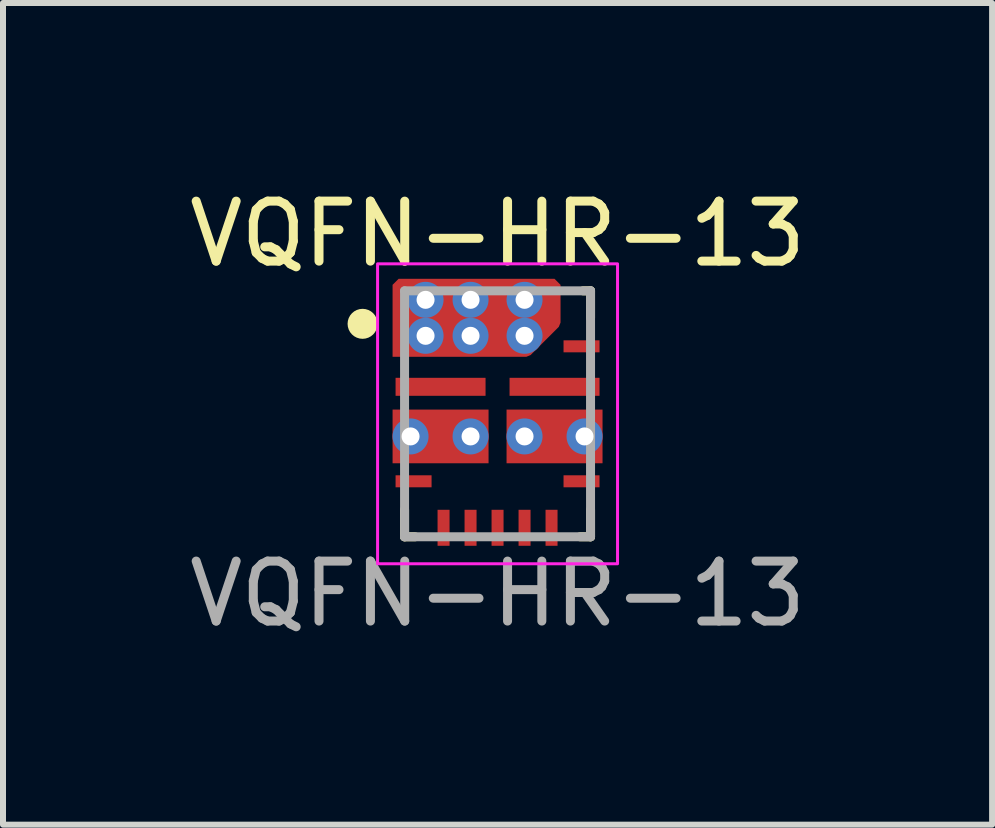
<source format=kicad_pcb>
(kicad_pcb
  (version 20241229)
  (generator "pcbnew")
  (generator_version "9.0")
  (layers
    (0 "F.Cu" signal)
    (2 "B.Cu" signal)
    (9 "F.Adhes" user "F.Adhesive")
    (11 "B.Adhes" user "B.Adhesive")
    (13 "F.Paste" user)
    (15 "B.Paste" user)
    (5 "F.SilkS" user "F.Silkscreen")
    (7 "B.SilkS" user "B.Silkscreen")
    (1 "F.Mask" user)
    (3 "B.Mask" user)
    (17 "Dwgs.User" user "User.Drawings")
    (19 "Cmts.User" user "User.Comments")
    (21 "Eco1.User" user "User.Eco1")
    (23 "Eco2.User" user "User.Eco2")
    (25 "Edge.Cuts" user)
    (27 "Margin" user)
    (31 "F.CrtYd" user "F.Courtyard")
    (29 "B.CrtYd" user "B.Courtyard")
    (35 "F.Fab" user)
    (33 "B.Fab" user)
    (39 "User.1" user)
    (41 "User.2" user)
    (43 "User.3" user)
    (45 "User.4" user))
  (footprint "VQFN-HR-13"
    (layer "F.Cu")
    (at 5.244 3.848)
    (property "Reference" "VQFN-HR-13" (at 0 -3 0) (unlocked yes) (layer "F.SilkS") (effects (font (size 1 1) (thickness 0.15))))
    (attr smd)
    (fp_poly (pts (xy -1.75 1.175) (xy -1.75 1.075) (xy -1.65 0.975) (xy -1.15 0.975) (xy -1.05 1.075) (xy -1.05 1.175) (xy -1.15 1.275) (xy -1.65 1.275)) (stroke (width 0) (type solid)) (fill yes) (layer "F.Mask"))
    (fp_poly (pts (xy -0.85 1.55) (xy -0.75 1.65) (xy -0.75 2.15) (xy -0.85 2.25) (xy -0.95 2.25) (xy -1.05 2.15) (xy -1.05 1.65) (xy -0.95 1.55)) (stroke (width 0) (type solid)) (fill yes) (layer "F.Mask"))
    (fp_poly (pts (xy -0.4 2.25) (xy -0.5 2.25) (xy -0.6 2.15) (xy -0.6 1.65) (xy -0.5 1.55) (xy -0.4 1.55) (xy -0.3 1.65) (xy -0.3 2.15)) (stroke (width 0) (type solid)) (fill yes) (layer "F.Mask"))
    (fp_poly (pts (xy -0.25 -0.65) (xy -0.15 -0.55) (xy -0.15 -0.35) (xy -0.25 -0.25) (xy -1.65 -0.25) (xy -1.75 -0.35) (xy -1.75 -0.55) (xy -1.65 -0.65)) (stroke (width 0) (type solid)) (fill yes) (layer "F.Mask"))
    (fp_poly (pts (xy 0.15 1.65) (xy 0.15 2.15) (xy 0.05 2.25) (xy -0.05 2.25) (xy -0.15 2.15) (xy -0.15 1.65) (xy -0.05 1.55) (xy 0.05 1.55)) (stroke (width 0) (type solid)) (fill yes) (layer "F.Mask"))
    (fp_poly (pts (xy 0.25 -0.25) (xy 0.15 -0.35) (xy 0.15 -0.55) (xy 0.25 -0.65) (xy 1.65 -0.65) (xy 1.75 -0.55) (xy 1.75 -0.35) (xy 1.65 -0.25)) (stroke (width 0) (type solid)) (fill yes) (layer "F.Mask"))
    (fp_poly (pts (xy 0.5 1.55) (xy 0.6 1.65) (xy 0.6 2.15) (xy 0.5 2.25) (xy 0.4 2.25) (xy 0.3 2.15) (xy 0.3 1.65) (xy 0.4 1.55)) (stroke (width 0) (type solid)) (fill yes) (layer "F.Mask"))
    (fp_poly (pts (xy 0.75 2.15) (xy 0.75 1.65) (xy 0.85 1.55) (xy 0.95 1.55) (xy 1.05 1.65) (xy 1.05 2.15) (xy 0.95 2.25) (xy 0.85 2.25)) (stroke (width 0) (type solid)) (fill yes) (layer "F.Mask"))
    (fp_poly (pts (xy 1.75 -1.075) (xy 1.65 -0.975) (xy 1.15 -0.975) (xy 1.05 -1.075) (xy 1.05 -1.175) (xy 1.15 -1.275) (xy 1.65 -1.275) (xy 1.75 -1.175)) (stroke (width 0) (type solid)) (fill yes) (layer "F.Mask"))
    (fp_poly (pts (xy 1.75 1.175) (xy 1.65 1.275) (xy 1.15 1.275) (xy 1.05 1.175) (xy 1.05 1.075) (xy 1.15 0.975) (xy 1.65 0.975) (xy 1.75 1.075)) (stroke (width 0) (type solid)) (fill yes) (layer "F.Mask"))
    (fp_poly (pts (xy -1.65 0.225) (xy -1.7 0.175) (xy -1.7 0.075) (xy -1.65 0.025) (xy -1.4 0.025) (xy -1.358 0.003) (xy -1.316 -0.02) (xy -0.25 -0.02) (xy -0.2 0.03) (xy -0.2 0.725) (xy -0.25 0.775) (xy -1.313 0.775) (xy -1.357 0.75) (xy -1.4 0.725) (xy -1.65 0.725) (xy -1.7 0.675) (xy -1.7 0.575) (xy -1.65 0.525) (xy -1.4 0.525) (xy -1.35 0.475) (xy -1.35 0.275) (xy -1.4 0.225)) (stroke (width 0) (type solid)) (fill yes) (layer "F.Mask"))
    (fp_poly (pts (xy 1.65 0.225) (xy 1.7 0.175) (xy 1.7 0.075) (xy 1.65 0.025) (xy 1.4 0.025) (xy 1.358 0.003) (xy 1.316 -0.02) (xy 0.25 -0.02) (xy 0.2 0.03) (xy 0.2 0.725) (xy 0.25 0.775) (xy 1.313 0.775) (xy 1.357 0.75) (xy 1.4 0.725) (xy 1.65 0.725) (xy 1.7 0.675) (xy 1.7 0.575) (xy 1.65 0.525) (xy 1.4 0.525) (xy 1.35 0.475) (xy 1.35 0.275) (xy 1.4 0.225)) (stroke (width 0) (type solid)) (fill yes) (layer "F.Mask"))
    (fp_poly (pts (xy -1.65 -1.65) (xy -1.7 -1.7) (xy -1.7 -1.8) (xy -1.65 -1.85) (xy -1.05 -1.85) (xy -1 -1.9) (xy -1 -2.15) (xy -0.95 -2.2) (xy -0.85 -2.2) (xy -0.8 -2.15) (xy -0.8 -1.9) (xy -0.75 -1.85) (xy -0.6 -1.85) (xy -0.55 -1.9) (xy -0.55 -2.15) (xy -0.5 -2.2) (xy -0.4 -2.2) (xy -0.35 -2.15) (xy -0.35 -1.9) (xy -0.3 -1.85) (xy -0.15 -1.85) (xy -0.1 -1.9) (xy -0.1 -2.15) (xy -0.05 -2.2) (xy 0.05 -2.2) (xy 0.1 -2.15) (xy 0.1 -1.9) (xy 0.15 -1.85) (xy 0.3 -1.85) (xy 0.35 -1.9) (xy 0.35 -2.15) (xy 0.4 -2.2) (xy 0.5 -2.2) (xy 0.55 -2.15) (xy 0.55 -1.9) (xy 0.6 -1.85) (xy 0.75 -1.85) (xy 0.8 -1.9) (xy 0.8 -2.15) (xy 0.85 -2.2) (xy 0.95 -2.2) (xy 1 -2.15) (xy 1 -1.521) (xy 0.985 -1.485) (xy 0.515 -1.015) (xy 0.479 -1) (xy -1.3 -1) (xy -1.35 -1.05) (xy -1.35 -1.1) (xy -1.4 -1.15) (xy -1.65 -1.15) (xy -1.7 -1.2) (xy -1.7 -1.3) (xy -1.65 -1.35) (xy -1.4 -1.35) (xy -1.35 -1.4) (xy -1.35 -1.6) (xy -1.4 -1.65)) (stroke (width 0) (type solid)) (fill yes) (layer "F.Mask"))
    (fp_line (start -1.55 2.05) (end -1.55 1.6) (stroke (width 0.15) (type solid)) (layer "F.SilkS"))
    (fp_line (start -1.55 2.05) (end -1.375 2.05) (stroke (width 0.15) (type solid)) (layer "F.SilkS"))
    (fp_line (start 1.375 2.05) (end 1.55 2.05) (stroke (width 0.15) (type solid)) (layer "F.SilkS"))
    (fp_line (start 1.425 -2.05) (end 1.55 -2.05) (stroke (width 0.15) (type solid)) (layer "F.SilkS"))
    (fp_line (start 1.55 -1.6) (end 1.55 -2.05) (stroke (width 0.15) (type solid)) (layer "F.SilkS"))
    (fp_line (start 1.55 2.05) (end 1.55 1.6) (stroke (width 0.15) (type solid)) (layer "F.SilkS"))
    (fp_circle (center -2.25 -1.5) (end -2.125 -1.5) (stroke (width 0.25) (type solid)) (fill no) (layer "F.SilkS"))
    (fp_poly (pts (xy -1.7 -1.8) (xy -1.65 -1.85) (xy -1.35 -1.85) (xy -1.3 -1.8) (xy -1.3 -1.7) (xy -1.35 -1.65) (xy -1.65 -1.65) (xy -1.7 -1.7)) (stroke (width 0) (type solid)) (fill yes) (layer "F.Paste"))
    (fp_poly (pts (xy -1.7 -1.3) (xy -1.65 -1.35) (xy -1.35 -1.35) (xy -1.3 -1.3) (xy -1.3 -1.2) (xy -1.35 -1.15) (xy -1.65 -1.15) (xy -1.7 -1.2)) (stroke (width 0) (type solid)) (fill yes) (layer "F.Paste"))
    (fp_poly (pts (xy -1.3 0.075) (xy -1.3 0.175) (xy -1.35 0.225) (xy -1.65 0.225) (xy -1.7 0.175) (xy -1.7 0.075) (xy -1.65 0.025) (xy -1.35 0.025)) (stroke (width 0) (type solid)) (fill yes) (layer "F.Paste"))
    (fp_poly (pts (xy -1.3 0.675) (xy -1.35 0.725) (xy -1.65 0.725) (xy -1.7 0.675) (xy -1.7 0.575) (xy -1.65 0.525) (xy -1.35 0.525) (xy -1.3 0.575)) (stroke (width 0) (type solid)) (fill yes) (layer "F.Paste"))
    (fp_poly (pts (xy -0.8 -2.15) (xy -0.8 -1.85) (xy -0.85 -1.8) (xy -0.95 -1.8) (xy -1 -1.85) (xy -1 -2.15) (xy -0.95 -2.2) (xy -0.85 -2.2)) (stroke (width 0) (type solid)) (fill yes) (layer "F.Paste"))
    (fp_poly (pts (xy -0.5 -2.2) (xy -0.4 -2.2) (xy -0.35 -2.15) (xy -0.35 -1.85) (xy -0.4 -1.8) (xy -0.5 -1.8) (xy -0.55 -1.85) (xy -0.55 -2.15)) (stroke (width 0) (type solid)) (fill yes) (layer "F.Paste"))
    (fp_poly (pts (xy -0.3 -0.325) (xy -1.65 -0.325) (xy -1.7 -0.375) (xy -1.7 -0.525) (xy -1.65 -0.575) (xy -0.3 -0.575) (xy -0.25 -0.525) (xy -0.25 -0.375)) (stroke (width 0) (type solid)) (fill yes) (layer "F.Paste"))
    (fp_poly (pts (xy -0.23 0.052) (xy -0.23 0.702) (xy -0.28 0.752) (xy -1.05 0.752) (xy -1.1 0.702) (xy -1.1 0.052) (xy -1.05 0.002) (xy -0.28 0.002)) (stroke (width 0) (type solid)) (fill yes) (layer "F.Paste"))
    (fp_poly (pts (xy -0.21 -1.6) (xy -0.16 -1.55) (xy -0.16 -1.07) (xy -0.21 -1.02) (xy -1.05 -1.02) (xy -1.1 -1.07) (xy -1.1 -1.55) (xy -1.05 -1.6)) (stroke (width 0) (type solid)) (fill yes) (layer "F.Paste"))
    (fp_poly (pts (xy -0.1 -1.85) (xy -0.1 -2.15) (xy -0.05 -2.2) (xy 0.05 -2.2) (xy 0.1 -2.15) (xy 0.1 -1.85) (xy 0.05 -1.8) (xy -0.05 -1.8)) (stroke (width 0) (type solid)) (fill yes) (layer "F.Paste"))
    (fp_poly (pts (xy 0.25 -0.525) (xy 0.3 -0.575) (xy 1.65 -0.575) (xy 1.7 -0.525) (xy 1.7 -0.375) (xy 1.65 -0.325) (xy 0.3 -0.325) (xy 0.25 -0.375)) (stroke (width 0) (type solid)) (fill yes) (layer "F.Paste"))
    (fp_poly (pts (xy 0.55 -1.85) (xy 0.5 -1.8) (xy 0.4 -1.8) (xy 0.35 -1.85) (xy 0.35 -2.15) (xy 0.4 -2.2) (xy 0.5 -2.2) (xy 0.55 -2.15)) (stroke (width 0) (type solid)) (fill yes) (layer "F.Paste"))
    (fp_poly (pts (xy 1 -1.85) (xy 0.95 -1.8) (xy 0.85 -1.8) (xy 0.8 -1.85) (xy 0.8 -2.15) (xy 0.85 -2.2) (xy 0.95 -2.2) (xy 1 -2.15)) (stroke (width 0) (type solid)) (fill yes) (layer "F.Paste"))
    (fp_poly (pts (xy 1.1 0.702) (xy 1.05 0.752) (xy 0.28 0.752) (xy 0.23 0.702) (xy 0.23 0.052) (xy 0.28 0.002) (xy 1.05 0.002) (xy 1.1 0.052)) (stroke (width 0) (type solid)) (fill yes) (layer "F.Paste"))
    (fp_poly (pts (xy 1.3 0.675) (xy 1.3 0.575) (xy 1.35 0.525) (xy 1.65 0.525) (xy 1.7 0.575) (xy 1.7 0.675) (xy 1.65 0.725) (xy 1.35 0.725)) (stroke (width 0) (type solid)) (fill yes) (layer "F.Paste"))
    (fp_poly (pts (xy 1.65 0.025) (xy 1.7 0.075) (xy 1.7 0.175) (xy 1.65 0.225) (xy 1.35 0.225) (xy 1.3 0.175) (xy 1.3 0.075) (xy 1.35 0.025)) (stroke (width 0) (type solid)) (fill yes) (layer "F.Paste"))
    (fp_poly (pts (xy 0.09 -1.02) (xy 0.04 -1.07) (xy 0.04 -1.55) (xy 0.09 -1.6) (xy 0.93 -1.6) (xy 0.98 -1.55) (xy 0.98 -1.531) (xy 0.965 -1.494) (xy 0.506 -1.035) (xy 0.47 -1.02)) (stroke (width 0) (type solid)) (fill yes) (layer "F.Paste"))
    (fp_rect (start -2 -2.5) (end 2 2.5) (stroke (width 0.05) (type solid)) (fill no) (layer "F.CrtYd"))
    (fp_line (start -1.55 -2.05) (end 1.55 -2.05) (stroke (width 0.15) (type solid)) (layer "F.Fab"))
    (fp_line (start -1.55 2.05) (end -1.55 -2.05) (stroke (width 0.15) (type solid)) (layer "F.Fab"))
    (fp_line (start -1.55 2.05) (end 1.55 2.05) (stroke (width 0.15) (type solid)) (layer "F.Fab"))
    (fp_line (start 1.55 2.05) (end 1.55 -2.05) (stroke (width 0.15) (type solid)) (layer "F.Fab"))
    (fp_text user "${REFERENCE}" (at 0 3 0) (unlocked yes) (layer "F.Fab") (effects (font (size 1 1) (thickness 0.15))))
    (pad "1" thru_hole circle (at -1.2 -1.9) (size 0.6 0.6) (drill 0.3) (layers "*.Cu" "*.Mask"))
    (pad "1" thru_hole circle (at -1.2 -1.3) (size 0.6 0.6) (drill 0.3) (layers "*.Cu" "*.Mask"))
    (pad "1" thru_hole circle (at -0.45 -1.9) (size 0.6 0.6) (drill 0.3) (layers "*.Cu" "*.Mask"))
    (pad "1" thru_hole circle (at -0.45 -1.3) (size 0.6 0.6) (drill 0.3) (layers "*.Cu" "*.Mask"))
    (pad "1" smd custom (at -0.35 -1.6) (size 1.17 1.17) (layers "F.Cu") (options (anchor circle)) (primitives (gr_poly (pts (xy -1.4 -0.55) (xy -1.3 -0.65) (xy 1.3 -0.65) (xy 1.4 -0.55) (xy 1.4 0.079) (xy 1.371 0.15) (xy 0.9 0.621) (xy 0.829 0.65) (xy -1.4 0.65)) (width 0) (fill yes))))
    (pad "1" thru_hole circle (at 0.45 -1.9) (size 0.6 0.6) (drill 0.3) (layers "*.Cu" "*.Mask"))
    (pad "1" thru_hole circle (at 0.45 -1.3) (size 0.6 0.6) (drill 0.3) (layers "*.Cu" "*.Mask"))
    (pad "2" smd rect (at -0.95 -0.45) (size 1.5 0.3) (layers "F.Cu"))
    (pad "3" thru_hole circle (at -1.45 0.377) (size 0.6 0.6) (drill 0.3) (layers "*.Cu" "*.Mask"))
    (pad "3" smd rect (at -0.95 0.377) (size 1.6 0.895) (layers "F.Cu"))
    (pad "3" thru_hole circle (at -0.45 0.377) (size 0.6 0.6) (drill 0.3) (layers "*.Cu" "*.Mask"))
    (pad "4" smd rect (at -1.4 1.125) (size 0.6 0.2) (layers "F.Cu" "F.Paste"))
    (pad "5" smd rect (at -0.9 1.9) (size 0.2 0.6) (layers "F.Cu" "F.Paste"))
    (pad "6" smd rect (at -0.45 1.9) (size 0.2 0.6) (layers "F.Cu" "F.Paste"))
    (pad "7" smd rect (at 0 1.9) (size 0.2 0.6) (layers "F.Cu" "F.Paste"))
    (pad "8" smd rect (at 0.45 1.9) (size 0.2 0.6) (layers "F.Cu" "F.Paste"))
    (pad "9" smd rect (at 0.9 1.9) (size 0.2 0.6) (layers "F.Cu" "F.Paste"))
    (pad "10" smd rect (at 1.4 1.125) (size 0.6 0.2) (layers "F.Cu" "F.Paste"))
    (pad "11" thru_hole circle (at 0.45 0.377) (size 0.6 0.6) (drill 0.3) (layers "*.Cu" "*.Mask"))
    (pad "11" smd rect (at 0.95 0.377) (size 1.6 0.895) (layers "F.Cu"))
    (pad "11" thru_hole circle (at 1.45 0.377) (size 0.6 0.6) (drill 0.3) (layers "*.Cu" "*.Mask"))
    (pad "12" smd rect (at 0.95 -0.45) (size 1.5 0.3) (layers "F.Cu"))
    (pad "13" smd rect (at 1.4 -1.125) (size 0.6 0.2) (layers "F.Cu" "F.Paste")))
  (gr_rect
    (start -3 -3)
    (end 13.488 10.697)
    (stroke (width 0.1) (type default))
    (fill no)
    (layer "Edge.Cuts")))
</source>
